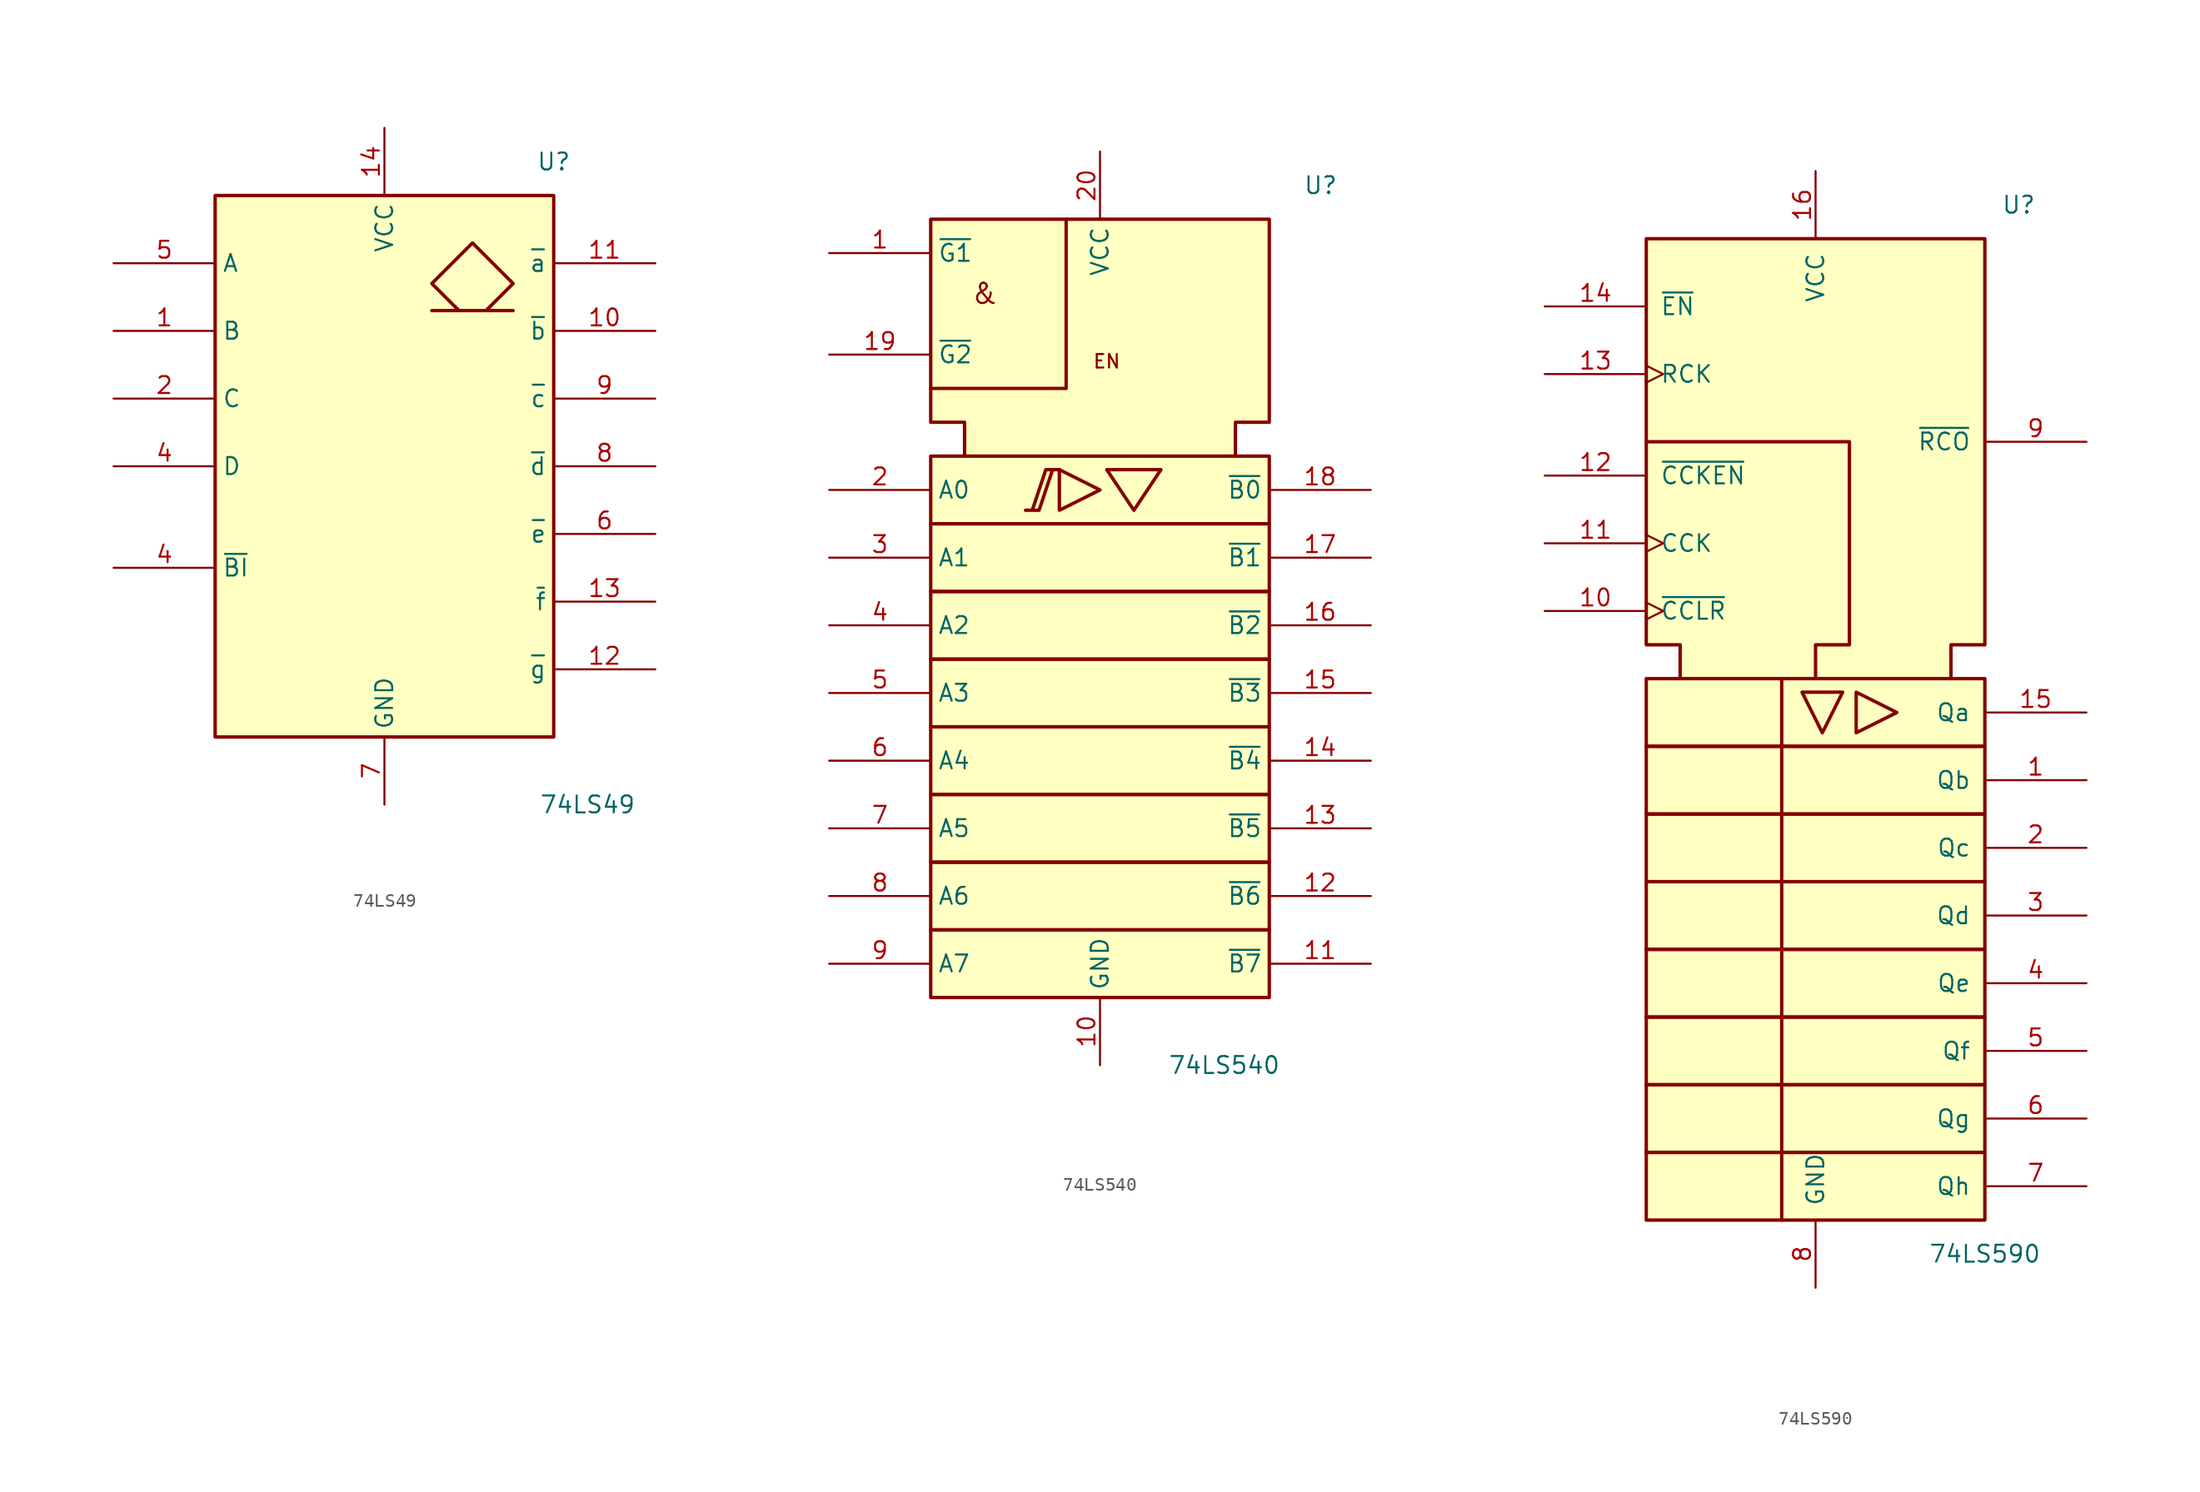
<source format=kicad_sym>
(kicad_symbol_lib
  (version 20241209)
  (generator "kicad_symbol_editor")
  (generator_version "9.0")
  (symbol "74LS49"
    (property "Reference" "U"
      (at 12.7 22.86 0)
      (effects (font (size 1.27 1.27))))
    (property "Value" "74LS49"
      (at 15.24 -25.4 0)
      (effects (font (size 1.27 1.27))))
    (symbol "74LS49_0_0"
      (rectangle (start -12.7 20.32) (end 12.7 -20.32) (stroke (width 0.254) (type default)) (fill (type background)))
      (polyline (pts (xy 7.62 11.684) (xy 9.652 13.716) (xy 6.604 16.764) (xy 3.556 13.716) (xy 5.588 11.684) (xy 3.556 11.684) (xy 9.652 11.684) (xy 9.652 11.684)) (stroke (width 0.254) (type default)) (fill (type background)))
      (pin power_in line (at 0 25.4 270) (length 5.08) (name "VCC" (effects (font (size 1.27 1.27)))) (number "14" (effects (font (size 1.27 1.27)))))
      (pin power_in line (at 0 -25.4 90) (length 5.08) (name "GND" (effects (font (size 1.27 1.27)))) (number "7" (effects (font (size 1.27 1.27))))))
    (symbol "74LS49_1_1"
      (pin input line (at -20.32 15.24 0) (length 7.62) (name "A" (effects (font (size 1.27 1.27)))) (number "5" (effects (font (size 1.27 1.27)))))
      (pin input line (at -20.32 10.16 0) (length 7.62) (name "B" (effects (font (size 1.27 1.27)))) (number "1" (effects (font (size 1.27 1.27)))))
      (pin input line (at -20.32 5.08 0) (length 7.62) (name "C" (effects (font (size 1.27 1.27)))) (number "2" (effects (font (size 1.27 1.27)))))
      (pin input line (at -20.32 0 0) (length 7.62) (name "D" (effects (font (size 1.27 1.27)))) (number "4" (effects (font (size 1.27 1.27)))))
      (pin input line (at -20.32 -7.62 0) (length 7.62) (name "~{BI}" (effects (font (size 1.27 1.27)))) (number "4" (effects (font (size 1.27 1.27)))))
      (pin open_collector line (at 20.32 15.24 180) (length 7.62) (name "~{a}" (effects (font (size 1.27 1.27)))) (number "11" (effects (font (size 1.27 1.27)))))
      (pin open_collector line (at 20.32 10.16 180) (length 7.62) (name "~{b}" (effects (font (size 1.27 1.27)))) (number "10" (effects (font (size 1.27 1.27)))))
      (pin open_collector line (at 20.32 5.08 180) (length 7.62) (name "~{c}" (effects (font (size 1.27 1.27)))) (number "9" (effects (font (size 1.27 1.27)))))
      (pin open_collector line (at 20.32 0 180) (length 7.62) (name "~{d}" (effects (font (size 1.27 1.27)))) (number "8" (effects (font (size 1.27 1.27)))))
      (pin open_collector line (at 20.32 -5.08 180) (length 7.62) (name "~{e}" (effects (font (size 1.27 1.27)))) (number "6" (effects (font (size 1.27 1.27)))))
      (pin open_collector line (at 20.32 -10.16 180) (length 7.62) (name "~{f}" (effects (font (size 1.27 1.27)))) (number "13" (effects (font (size 1.27 1.27)))))
      (pin open_collector line (at 20.32 -15.24 180) (length 7.62) (name "~{g}" (effects (font (size 1.27 1.27)))) (number "12" (effects (font (size 1.27 1.27)))))))
  (symbol "74LS540"
    (property "Reference" "U"
      (at 15.24 35.56 0)
      (effects (font (size 1.27 1.27)) (justify left)))
    (property "Value" "74LS540"
      (at 5.08 -30.48 0)
      (effects (font (size 1.27 1.27)) (justify left)))
    (symbol "74LS540_0_0"
      (polyline (pts (xy -4.572 11.176) (xy -5.588 11.176) (xy -4.572 11.176) (xy -3.556 14.224) (xy -3.048 14.224) (xy -4.064 14.224) (xy -5.08 11.176) (xy -5.08 11.176)) (stroke (width 0.254) (type default)) (fill (type background)))
      (polyline (pts (xy -3.048 14.224) (xy -3.048 11.176) (xy 0 12.7) (xy -3.048 14.224) (xy -3.048 14.224)) (stroke (width 0.254) (type default)) (fill (type background)))
      (polyline (pts (xy -2.54 33.02) (xy -2.54 20.32) (xy -12.7 20.32) (xy -12.7 20.32)) (stroke (width 0.254) (type default)) (fill (type background)))
      (polyline (pts (xy 0.508 14.224) (xy 4.572 14.224) (xy 2.54 11.176) (xy 0.508 14.224) (xy 0.508 14.224)) (stroke (width 0.254) (type default)) (fill (type background)))
      (text "&" (at -8.636 27.432 0) (effects (font (size 1.524 1.524))))
      (text "EN" (at 0.508 22.352 0) (effects (font (size 1.016 1.016))))
      (pin power_in line (at 0 38.1 270) (length 5.08) (name "VCC" (effects (font (size 1.27 1.27)))) (number "20" (effects (font (size 1.27 1.27)))))
      (pin power_in line (at 0 -30.48 90) (length 5.08) (name "GND" (effects (font (size 1.27 1.27)))) (number "10" (effects (font (size 1.27 1.27))))))
    (symbol "74LS540_0_1"
      (rectangle (start -12.7 15.24) (end 12.7 10.16) (stroke (width 0.254) (type default)) (fill (type background)))
      (rectangle (start -12.7 10.16) (end 12.7 5.08) (stroke (width 0.254) (type default)) (fill (type background)))
      (rectangle (start -12.7 5.08) (end 12.7 0) (stroke (width 0.254) (type default)) (fill (type background)))
      (rectangle (start -12.7 0) (end 12.7 -5.08) (stroke (width 0.254) (type default)) (fill (type background)))
      (rectangle (start -12.7 -5.08) (end 12.7 -10.16) (stroke (width 0.254) (type default)) (fill (type background)))
      (rectangle (start -12.7 -10.16) (end 12.7 -15.24) (stroke (width 0.254) (type default)) (fill (type background)))
      (rectangle (start -12.7 -15.24) (end 12.7 -20.32) (stroke (width 0.254) (type default)) (fill (type background)))
      (rectangle (start -12.7 -20.32) (end 12.7 -25.4) (stroke (width 0.254) (type default)) (fill (type background)))
      (polyline (pts (xy -10.16 15.24) (xy -10.16 17.78) (xy -12.7 17.78) (xy -12.7 33.02) (xy 12.7 33.02) (xy 12.7 17.78) (xy 10.16 17.78) (xy 10.16 15.24) (xy 10.16 15.24)) (stroke (width 0.254) (type default)) (fill (type background))))
    (symbol "74LS540_1_1"
      (pin input line (at -20.32 30.48 0) (length 7.62) (name "~{G1}" (effects (font (size 1.27 1.27)))) (number "1" (effects (font (size 1.27 1.27)))))
      (pin input line (at -20.32 22.86 0) (length 7.62) (name "~{G2}" (effects (font (size 1.27 1.27)))) (number "19" (effects (font (size 1.27 1.27)))))
      (pin input line (at -20.32 12.7 0) (length 7.62) (name "A0" (effects (font (size 1.27 1.27)))) (number "2" (effects (font (size 1.27 1.27)))))
      (pin input line (at -20.32 7.62 0) (length 7.62) (name "A1" (effects (font (size 1.27 1.27)))) (number "3" (effects (font (size 1.27 1.27)))))
      (pin input line (at -20.32 2.54 0) (length 7.62) (name "A2" (effects (font (size 1.27 1.27)))) (number "4" (effects (font (size 1.27 1.27)))))
      (pin input line (at -20.32 -2.54 0) (length 7.62) (name "A3" (effects (font (size 1.27 1.27)))) (number "5" (effects (font (size 1.27 1.27)))))
      (pin input line (at -20.32 -7.62 0) (length 7.62) (name "A4" (effects (font (size 1.27 1.27)))) (number "6" (effects (font (size 1.27 1.27)))))
      (pin input line (at -20.32 -12.7 0) (length 7.62) (name "A5" (effects (font (size 1.27 1.27)))) (number "7" (effects (font (size 1.27 1.27)))))
      (pin input line (at -20.32 -17.78 0) (length 7.62) (name "A6" (effects (font (size 1.27 1.27)))) (number "8" (effects (font (size 1.27 1.27)))))
      (pin input line (at -20.32 -22.86 0) (length 7.62) (name "A7" (effects (font (size 1.27 1.27)))) (number "9" (effects (font (size 1.27 1.27)))))
      (pin tri_state line (at 20.32 12.7 180) (length 7.62) (name "~{B0}" (effects (font (size 1.27 1.27)))) (number "18" (effects (font (size 1.27 1.27)))))
      (pin tri_state line (at 20.32 7.62 180) (length 7.62) (name "~{B1}" (effects (font (size 1.27 1.27)))) (number "17" (effects (font (size 1.27 1.27)))))
      (pin tri_state line (at 20.32 2.54 180) (length 7.62) (name "~{B2}" (effects (font (size 1.27 1.27)))) (number "16" (effects (font (size 1.27 1.27)))))
      (pin tri_state line (at 20.32 -2.54 180) (length 7.62) (name "~{B3}" (effects (font (size 1.27 1.27)))) (number "15" (effects (font (size 1.27 1.27)))))
      (pin tri_state line (at 20.32 -7.62 180) (length 7.62) (name "~{B4}" (effects (font (size 1.27 1.27)))) (number "14" (effects (font (size 1.27 1.27)))))
      (pin tri_state line (at 20.32 -12.7 180) (length 7.62) (name "~{B5}" (effects (font (size 1.27 1.27)))) (number "13" (effects (font (size 1.27 1.27)))))
      (pin tri_state line (at 20.32 -17.78 180) (length 7.62) (name "~{B6}" (effects (font (size 1.27 1.27)))) (number "12" (effects (font (size 1.27 1.27)))))
      (pin tri_state line (at 20.32 -22.86 180) (length 7.62) (name "~{B7}" (effects (font (size 1.27 1.27)))) (number "11" (effects (font (size 1.27 1.27)))))))
  (symbol "74LS590"
    (pin_names
      (offset 1.016))
    (property "Reference" "U"
      (at 15.24 40.64 0)
      (effects (font (size 1.27 1.27))))
    (property "Value" "74LS590"
      (at 12.7 -38.1 0)
      (effects (font (size 1.27 1.27))))
    (symbol "74LS590_0_0"
      (polyline (pts (xy -12.7 22.86) (xy 2.54 22.86) (xy 2.54 7.62) (xy 0 7.62) (xy 0 5.08) (xy 0 5.08)) (stroke (width 0.254) (type default)) (fill (type background)))
      (rectangle (start -12.7 5.08) (end 12.7 0) (stroke (width 0.254) (type default)) (fill (type background)))
      (rectangle (start -12.7 0) (end 12.7 -5.08) (stroke (width 0.254) (type default)) (fill (type background)))
      (rectangle (start -12.7 -5.08) (end 12.7 -10.16) (stroke (width 0.254) (type default)) (fill (type background)))
      (rectangle (start -12.7 -10.16) (end 12.7 -15.24) (stroke (width 0.254) (type default)) (fill (type background)))
      (rectangle (start -12.7 -15.24) (end 12.7 -20.32) (stroke (width 0.254) (type default)) (fill (type background)))
      (rectangle (start -12.7 -20.32) (end 12.7 -25.4) (stroke (width 0.254) (type default)) (fill (type background)))
      (rectangle (start -12.7 -25.4) (end 12.7 -30.48) (stroke (width 0.254) (type default)) (fill (type background)))
      (rectangle (start -12.7 -30.48) (end 12.7 -35.56) (stroke (width 0.254) (type default)) (fill (type background)))
      (polyline (pts (xy -10.16 5.08) (xy -10.16 7.62) (xy -12.7 7.62) (xy -12.7 38.1) (xy 12.7 38.1) (xy 12.7 7.62) (xy 10.16 7.62) (xy 10.16 5.08) (xy 10.16 5.08)) (stroke (width 0.254) (type default)) (fill (type background)))
      (polyline (pts (xy -2.54 5.08) (xy -2.54 -35.56) (xy -2.54 -35.56)) (stroke (width 0.254) (type default)) (fill (type background)))
      (polyline (pts (xy -1.016 4.064) (xy 2.032 4.064) (xy 0.508 1.016) (xy -1.016 4.064) (xy -1.016 4.064)) (stroke (width 0.254) (type default)) (fill (type background)))
      (polyline (pts (xy 3.048 4.064) (xy 6.096 2.54) (xy 3.048 1.016) (xy 3.048 4.064) (xy 3.048 4.064)) (stroke (width 0.254) (type default)) (fill (type background))))
    (symbol "74LS590_0_1"
      (pin power_in line (at 0 43.18 270) (length 5.08) (name "VCC" (effects (font (size 1.27 1.27)))) (number "16" (effects (font (size 1.27 1.27)))))
      (pin power_in line (at 0 -40.64 90) (length 5.08) (name "GND" (effects (font (size 1.27 1.27)))) (number "8" (effects (font (size 1.27 1.27))))))
    (symbol "74LS590_1_1"
      (pin input line (at -20.32 33.02 0) (length 7.62) (name "~{EN}" (effects (font (size 1.27 1.27)))) (number "14" (effects (font (size 1.27 1.27)))))
      (pin input clock (at -20.32 27.94 0) (length 7.62) (name "RCK" (effects (font (size 1.27 1.27)))) (number "13" (effects (font (size 1.27 1.27)))))
      (pin input line (at -20.32 20.32 0) (length 7.62) (name "~{CCKEN}" (effects (font (size 1.27 1.27)))) (number "12" (effects (font (size 1.27 1.27)))))
      (pin input clock (at -20.32 15.24 0) (length 7.62) (name "CCK" (effects (font (size 1.27 1.27)))) (number "11" (effects (font (size 1.27 1.27)))))
      (pin input clock (at -20.32 10.16 0) (length 7.62) (name "~{CCLR}" (effects (font (size 1.27 1.27)))) (number "10" (effects (font (size 1.27 1.27)))))
      (pin output line (at 20.32 22.86 180) (length 7.62) (name "~{RCO}" (effects (font (size 1.27 1.27)))) (number "9" (effects (font (size 1.27 1.27)))))
      (pin output line (at 20.32 2.54 180) (length 7.62) (name "Qa" (effects (font (size 1.27 1.27)))) (number "15" (effects (font (size 1.27 1.27)))))
      (pin output line (at 20.32 -2.54 180) (length 7.62) (name "Qb" (effects (font (size 1.27 1.27)))) (number "1" (effects (font (size 1.27 1.27)))))
      (pin output line (at 20.32 -7.62 180) (length 7.62) (name "Qc" (effects (font (size 1.27 1.27)))) (number "2" (effects (font (size 1.27 1.27)))))
      (pin output line (at 20.32 -12.7 180) (length 7.62) (name "Qd" (effects (font (size 1.27 1.27)))) (number "3" (effects (font (size 1.27 1.27)))))
      (pin output line (at 20.32 -17.78 180) (length 7.62) (name "Qe" (effects (font (size 1.27 1.27)))) (number "4" (effects (font (size 1.27 1.27)))))
      (pin output line (at 20.32 -22.86 180) (length 7.62) (name "Qf" (effects (font (size 1.27 1.27)))) (number "5" (effects (font (size 1.27 1.27)))))
      (pin output line (at 20.32 -27.94 180) (length 7.62) (name "Qg" (effects (font (size 1.27 1.27)))) (number "6" (effects (font (size 1.27 1.27)))))
      (pin output line (at 20.32 -33.02 180) (length 7.62) (name "Qh" (effects (font (size 1.27 1.27)))) (number "7" (effects (font (size 1.27 1.27))))))))
</source>
